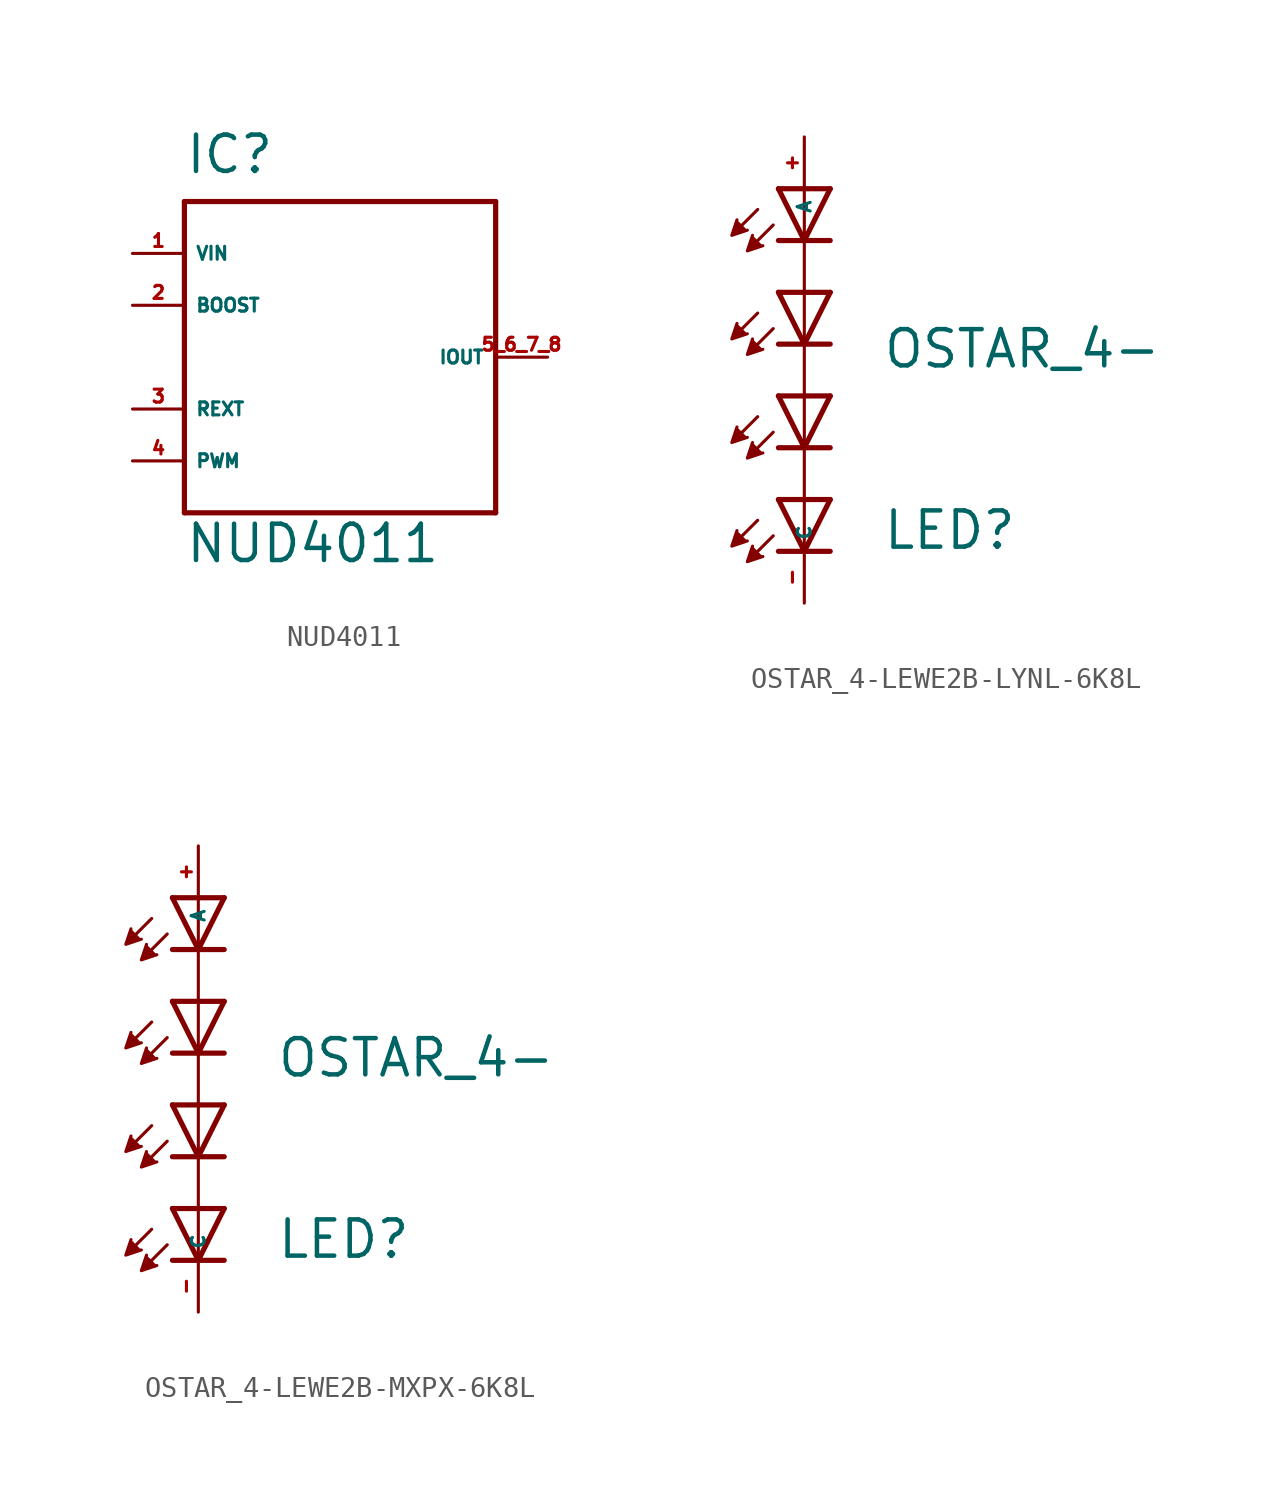
<source format=kicad_sym>
(kicad_symbol_lib
  (version 20220914)
  (generator kicad_symbol_editor)
  (symbol "NUD4011"
    (property "Reference" "IC"
      (at -7.62 8.89 0)
      (effects (font (size 1.778 1.778) (thickness 0.22)) (justify left bottom)))
    (property "Value" "NUD4011"
      (at -7.62 -10.16 0)
      (effects (font (size 1.778 1.778) (thickness 0.22)) (justify left bottom)))
    (symbol "NUD4011_1_1"
      (polyline (pts (xy -7.62 -7.62) (xy -7.62 7.62)) (stroke (width 0.254) (type default)) (fill (type none)))
      (polyline (pts (xy -7.62 7.62) (xy 7.62 7.62)) (stroke (width 0.254) (type default)) (fill (type none)))
      (polyline (pts (xy 7.62 -7.62) (xy -7.62 -7.62)) (stroke (width 0.254) (type default)) (fill (type none)))
      (polyline (pts (xy 7.62 7.62) (xy 7.62 -7.62)) (stroke (width 0.254) (type default)) (fill (type none)))
      (pin input line (at -10.16 5.08 0) (length 2.54) (name "VIN" (effects (font (size 0.635 0.635)))) (number "1" (effects (font (size 0.635 0.635)))))
      (pin passive line (at -10.16 2.54 0) (length 2.54) (name "BOOST" (effects (font (size 0.635 0.635)))) (number "2" (effects (font (size 0.635 0.635)))))
      (pin passive line (at -10.16 -2.54 0) (length 2.54) (name "REXT" (effects (font (size 0.635 0.635)))) (number "3" (effects (font (size 0.635 0.635)))))
      (pin passive line (at -10.16 -5.08 0) (length 2.54) (name "PWM" (effects (font (size 0.635 0.635)))) (number "4" (effects (font (size 0.635 0.635)))))
      (pin passive line (at 10.16 0 180) (length 2.54) (name "IOUT" (effects (font (size 0.635 0.635)))) (number "5_6_7_8" (effects (font (size 0.635 0.635)))))))
  (symbol "OSTAR_4-LEWE2B-LYNL-6K8L"
    (property "Reference" "LED"
      (at 3.81 -12.7 0)
      (effects (font (size 1.778 1.778) (thickness 0.22)) (justify left bottom)))
    (property "Value" "OSTAR_4-"
      (at 3.81 -3.81 0)
      (effects (font (size 1.778 1.778) (thickness 0.22)) (justify left bottom)))
    (symbol "OSTAR_4-LEWE2B-LYNL-6K8L_1_1"
      (polyline (pts (xy -2.286 -11.176) (xy -3.175 -12.065)) (stroke (width 0.152) (type default)) (fill (type none)))
      (polyline (pts (xy -2.286 -6.096) (xy -3.175 -6.985)) (stroke (width 0.152) (type default)) (fill (type none)))
      (polyline (pts (xy -2.286 -1.016) (xy -3.175 -1.905)) (stroke (width 0.152) (type default)) (fill (type none)))
      (polyline (pts (xy -2.286 4.064) (xy -3.175 3.175)) (stroke (width 0.152) (type default)) (fill (type none)))
      (polyline (pts (xy -1.524 -11.938) (xy -2.413 -12.827)) (stroke (width 0.152) (type default)) (fill (type none)))
      (polyline (pts (xy -1.524 -6.858) (xy -2.413 -7.747)) (stroke (width 0.152) (type default)) (fill (type none)))
      (polyline (pts (xy -1.524 -1.778) (xy -2.413 -2.667)) (stroke (width 0.152) (type default)) (fill (type none)))
      (polyline (pts (xy -1.524 3.302) (xy -2.413 2.413)) (stroke (width 0.152) (type default)) (fill (type none)))
      (polyline (pts (xy 0 -12.7) (xy -1.27 -12.7)) (stroke (width 0.254) (type default)) (fill (type none)))
      (polyline (pts (xy 0 -12.7) (xy -1.27 -10.16)) (stroke (width 0.254) (type default)) (fill (type none)))
      (polyline (pts (xy 0 -10.16) (xy -1.27 -10.16)) (stroke (width 0.254) (type default)) (fill (type none)))
      (polyline (pts (xy 0 -10.16) (xy 0 -12.7)) (stroke (width 0.152) (type default)) (fill (type none)))
      (polyline (pts (xy 0 -7.62) (xy -1.27 -7.62)) (stroke (width 0.254) (type default)) (fill (type none)))
      (polyline (pts (xy 0 -7.62) (xy -1.27 -5.08)) (stroke (width 0.254) (type default)) (fill (type none)))
      (polyline (pts (xy 0 -7.62) (xy 0 -10.16)) (stroke (width 0.152) (type default)) (fill (type none)))
      (polyline (pts (xy 0 -5.08) (xy -1.27 -5.08)) (stroke (width 0.254) (type default)) (fill (type none)))
      (polyline (pts (xy 0 -5.08) (xy 0 -7.62)) (stroke (width 0.152) (type default)) (fill (type none)))
      (polyline (pts (xy 0 -2.54) (xy -1.27 -2.54)) (stroke (width 0.254) (type default)) (fill (type none)))
      (polyline (pts (xy 0 -2.54) (xy -1.27 0)) (stroke (width 0.254) (type default)) (fill (type none)))
      (polyline (pts (xy 0 -2.54) (xy 0 -5.08)) (stroke (width 0.152) (type default)) (fill (type none)))
      (polyline (pts (xy 0 0) (xy -1.27 0)) (stroke (width 0.254) (type default)) (fill (type none)))
      (polyline (pts (xy 0 0) (xy 0 -2.54)) (stroke (width 0.152) (type default)) (fill (type none)))
      (polyline (pts (xy 0 2.54) (xy -1.27 2.54)) (stroke (width 0.254) (type default)) (fill (type none)))
      (polyline (pts (xy 0 2.54) (xy -1.27 5.08)) (stroke (width 0.254) (type default)) (fill (type none)))
      (polyline (pts (xy 0 2.54) (xy 0 0)) (stroke (width 0.152) (type default)) (fill (type none)))
      (polyline (pts (xy 0 5.08) (xy -1.27 5.08)) (stroke (width 0.254) (type default)) (fill (type none)))
      (polyline (pts (xy 0 5.08) (xy 0 2.54)) (stroke (width 0.152) (type default)) (fill (type none)))
      (polyline (pts (xy 1.27 -12.7) (xy 0 -12.7)) (stroke (width 0.254) (type default)) (fill (type none)))
      (polyline (pts (xy 1.27 -10.16) (xy 0 -12.7)) (stroke (width 0.254) (type default)) (fill (type none)))
      (polyline (pts (xy 1.27 -10.16) (xy 0 -10.16)) (stroke (width 0.254) (type default)) (fill (type none)))
      (polyline (pts (xy 1.27 -7.62) (xy 0 -7.62)) (stroke (width 0.254) (type default)) (fill (type none)))
      (polyline (pts (xy 1.27 -5.08) (xy 0 -7.62)) (stroke (width 0.254) (type default)) (fill (type none)))
      (polyline (pts (xy 1.27 -5.08) (xy 0 -5.08)) (stroke (width 0.254) (type default)) (fill (type none)))
      (polyline (pts (xy 1.27 -2.54) (xy 0 -2.54)) (stroke (width 0.254) (type default)) (fill (type none)))
      (polyline (pts (xy 1.27 0) (xy 0 -2.54)) (stroke (width 0.254) (type default)) (fill (type none)))
      (polyline (pts (xy 1.27 0) (xy 0 0)) (stroke (width 0.254) (type default)) (fill (type none)))
      (polyline (pts (xy 1.27 2.54) (xy 0 2.54)) (stroke (width 0.254) (type default)) (fill (type none)))
      (polyline (pts (xy 1.27 5.08) (xy 0 2.54)) (stroke (width 0.254) (type default)) (fill (type none)))
      (polyline (pts (xy 1.27 5.08) (xy 0 5.08)) (stroke (width 0.254) (type default)) (fill (type none)))
      (polyline (pts (xy -3.302 -11.684) (xy -3.556 -12.446) (xy -2.794 -12.192)) (stroke (width 0.152) (type default)) (fill (type outline)))
      (polyline (pts (xy -3.302 -6.604) (xy -3.556 -7.366) (xy -2.794 -7.112)) (stroke (width 0.152) (type default)) (fill (type outline)))
      (polyline (pts (xy -3.302 -1.524) (xy -3.556 -2.286) (xy -2.794 -2.032)) (stroke (width 0.152) (type default)) (fill (type outline)))
      (polyline (pts (xy -3.302 3.556) (xy -3.556 2.794) (xy -2.794 3.048)) (stroke (width 0.152) (type default)) (fill (type outline)))
      (polyline (pts (xy -2.54 -12.446) (xy -2.794 -13.208) (xy -2.032 -12.954)) (stroke (width 0.152) (type default)) (fill (type outline)))
      (polyline (pts (xy -2.54 -7.366) (xy -2.794 -8.128) (xy -2.032 -7.874)) (stroke (width 0.152) (type default)) (fill (type outline)))
      (polyline (pts (xy -2.54 -2.286) (xy -2.794 -3.048) (xy -2.032 -2.794)) (stroke (width 0.152) (type default)) (fill (type outline)))
      (polyline (pts (xy -2.54 2.794) (xy -2.794 2.032) (xy -2.032 2.286)) (stroke (width 0.152) (type default)) (fill (type outline)))
      (pin passive line (at 0 7.62 270) (length 2.54) (name "A" (effects (font (size 0.635 0.635)))) (number "+" (effects (font (size 0.635 0.635)))))
      (pin passive line (at 0 -15.24 90) (length 2.54) (name "C" (effects (font (size 0.635 0.635)))) (number "-" (effects (font (size 0.635 0.635)))))))
  (symbol "OSTAR_4-LEWE2B-MXPX-6K8L"
    (property "Reference" "LED"
      (at 3.81 -12.7 0)
      (effects (font (size 1.778 1.778) (thickness 0.22)) (justify left bottom)))
    (property "Value" "OSTAR_4-"
      (at 3.81 -3.81 0)
      (effects (font (size 1.778 1.778) (thickness 0.22)) (justify left bottom)))
    (symbol "OSTAR_4-LEWE2B-MXPX-6K8L_1_1"
      (polyline (pts (xy -2.286 -11.176) (xy -3.175 -12.065)) (stroke (width 0.152) (type default)) (fill (type none)))
      (polyline (pts (xy -2.286 -6.096) (xy -3.175 -6.985)) (stroke (width 0.152) (type default)) (fill (type none)))
      (polyline (pts (xy -2.286 -1.016) (xy -3.175 -1.905)) (stroke (width 0.152) (type default)) (fill (type none)))
      (polyline (pts (xy -2.286 4.064) (xy -3.175 3.175)) (stroke (width 0.152) (type default)) (fill (type none)))
      (polyline (pts (xy -1.524 -11.938) (xy -2.413 -12.827)) (stroke (width 0.152) (type default)) (fill (type none)))
      (polyline (pts (xy -1.524 -6.858) (xy -2.413 -7.747)) (stroke (width 0.152) (type default)) (fill (type none)))
      (polyline (pts (xy -1.524 -1.778) (xy -2.413 -2.667)) (stroke (width 0.152) (type default)) (fill (type none)))
      (polyline (pts (xy -1.524 3.302) (xy -2.413 2.413)) (stroke (width 0.152) (type default)) (fill (type none)))
      (polyline (pts (xy 0 -12.7) (xy -1.27 -12.7)) (stroke (width 0.254) (type default)) (fill (type none)))
      (polyline (pts (xy 0 -12.7) (xy -1.27 -10.16)) (stroke (width 0.254) (type default)) (fill (type none)))
      (polyline (pts (xy 0 -10.16) (xy -1.27 -10.16)) (stroke (width 0.254) (type default)) (fill (type none)))
      (polyline (pts (xy 0 -10.16) (xy 0 -12.7)) (stroke (width 0.152) (type default)) (fill (type none)))
      (polyline (pts (xy 0 -7.62) (xy -1.27 -7.62)) (stroke (width 0.254) (type default)) (fill (type none)))
      (polyline (pts (xy 0 -7.62) (xy -1.27 -5.08)) (stroke (width 0.254) (type default)) (fill (type none)))
      (polyline (pts (xy 0 -7.62) (xy 0 -10.16)) (stroke (width 0.152) (type default)) (fill (type none)))
      (polyline (pts (xy 0 -5.08) (xy -1.27 -5.08)) (stroke (width 0.254) (type default)) (fill (type none)))
      (polyline (pts (xy 0 -5.08) (xy 0 -7.62)) (stroke (width 0.152) (type default)) (fill (type none)))
      (polyline (pts (xy 0 -2.54) (xy -1.27 -2.54)) (stroke (width 0.254) (type default)) (fill (type none)))
      (polyline (pts (xy 0 -2.54) (xy -1.27 0)) (stroke (width 0.254) (type default)) (fill (type none)))
      (polyline (pts (xy 0 -2.54) (xy 0 -5.08)) (stroke (width 0.152) (type default)) (fill (type none)))
      (polyline (pts (xy 0 0) (xy -1.27 0)) (stroke (width 0.254) (type default)) (fill (type none)))
      (polyline (pts (xy 0 0) (xy 0 -2.54)) (stroke (width 0.152) (type default)) (fill (type none)))
      (polyline (pts (xy 0 2.54) (xy -1.27 2.54)) (stroke (width 0.254) (type default)) (fill (type none)))
      (polyline (pts (xy 0 2.54) (xy -1.27 5.08)) (stroke (width 0.254) (type default)) (fill (type none)))
      (polyline (pts (xy 0 2.54) (xy 0 0)) (stroke (width 0.152) (type default)) (fill (type none)))
      (polyline (pts (xy 0 5.08) (xy -1.27 5.08)) (stroke (width 0.254) (type default)) (fill (type none)))
      (polyline (pts (xy 0 5.08) (xy 0 2.54)) (stroke (width 0.152) (type default)) (fill (type none)))
      (polyline (pts (xy 1.27 -12.7) (xy 0 -12.7)) (stroke (width 0.254) (type default)) (fill (type none)))
      (polyline (pts (xy 1.27 -10.16) (xy 0 -12.7)) (stroke (width 0.254) (type default)) (fill (type none)))
      (polyline (pts (xy 1.27 -10.16) (xy 0 -10.16)) (stroke (width 0.254) (type default)) (fill (type none)))
      (polyline (pts (xy 1.27 -7.62) (xy 0 -7.62)) (stroke (width 0.254) (type default)) (fill (type none)))
      (polyline (pts (xy 1.27 -5.08) (xy 0 -7.62)) (stroke (width 0.254) (type default)) (fill (type none)))
      (polyline (pts (xy 1.27 -5.08) (xy 0 -5.08)) (stroke (width 0.254) (type default)) (fill (type none)))
      (polyline (pts (xy 1.27 -2.54) (xy 0 -2.54)) (stroke (width 0.254) (type default)) (fill (type none)))
      (polyline (pts (xy 1.27 0) (xy 0 -2.54)) (stroke (width 0.254) (type default)) (fill (type none)))
      (polyline (pts (xy 1.27 0) (xy 0 0)) (stroke (width 0.254) (type default)) (fill (type none)))
      (polyline (pts (xy 1.27 2.54) (xy 0 2.54)) (stroke (width 0.254) (type default)) (fill (type none)))
      (polyline (pts (xy 1.27 5.08) (xy 0 2.54)) (stroke (width 0.254) (type default)) (fill (type none)))
      (polyline (pts (xy 1.27 5.08) (xy 0 5.08)) (stroke (width 0.254) (type default)) (fill (type none)))
      (polyline (pts (xy -3.302 -11.684) (xy -3.556 -12.446) (xy -2.794 -12.192)) (stroke (width 0.152) (type default)) (fill (type outline)))
      (polyline (pts (xy -3.302 -6.604) (xy -3.556 -7.366) (xy -2.794 -7.112)) (stroke (width 0.152) (type default)) (fill (type outline)))
      (polyline (pts (xy -3.302 -1.524) (xy -3.556 -2.286) (xy -2.794 -2.032)) (stroke (width 0.152) (type default)) (fill (type outline)))
      (polyline (pts (xy -3.302 3.556) (xy -3.556 2.794) (xy -2.794 3.048)) (stroke (width 0.152) (type default)) (fill (type outline)))
      (polyline (pts (xy -2.54 -12.446) (xy -2.794 -13.208) (xy -2.032 -12.954)) (stroke (width 0.152) (type default)) (fill (type outline)))
      (polyline (pts (xy -2.54 -7.366) (xy -2.794 -8.128) (xy -2.032 -7.874)) (stroke (width 0.152) (type default)) (fill (type outline)))
      (polyline (pts (xy -2.54 -2.286) (xy -2.794 -3.048) (xy -2.032 -2.794)) (stroke (width 0.152) (type default)) (fill (type outline)))
      (polyline (pts (xy -2.54 2.794) (xy -2.794 2.032) (xy -2.032 2.286)) (stroke (width 0.152) (type default)) (fill (type outline)))
      (pin passive line (at 0 7.62 270) (length 2.54) (name "A" (effects (font (size 0.635 0.635)))) (number "+" (effects (font (size 0.635 0.635)))))
      (pin passive line (at 0 -15.24 90) (length 2.54) (name "C" (effects (font (size 0.635 0.635)))) (number "-" (effects (font (size 0.635 0.635))))))))
</source>
